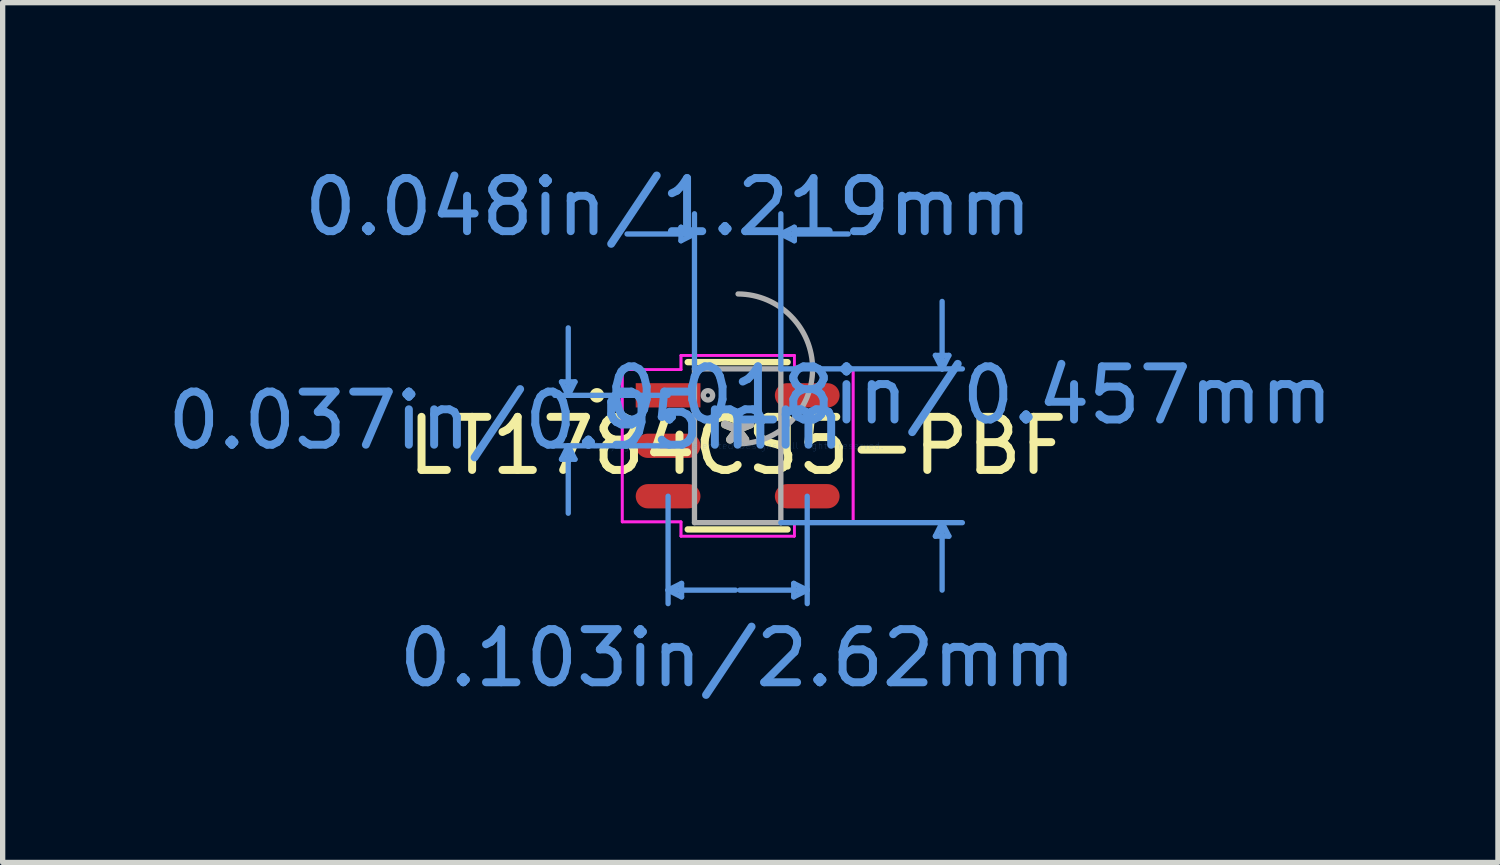
<source format=kicad_pcb>
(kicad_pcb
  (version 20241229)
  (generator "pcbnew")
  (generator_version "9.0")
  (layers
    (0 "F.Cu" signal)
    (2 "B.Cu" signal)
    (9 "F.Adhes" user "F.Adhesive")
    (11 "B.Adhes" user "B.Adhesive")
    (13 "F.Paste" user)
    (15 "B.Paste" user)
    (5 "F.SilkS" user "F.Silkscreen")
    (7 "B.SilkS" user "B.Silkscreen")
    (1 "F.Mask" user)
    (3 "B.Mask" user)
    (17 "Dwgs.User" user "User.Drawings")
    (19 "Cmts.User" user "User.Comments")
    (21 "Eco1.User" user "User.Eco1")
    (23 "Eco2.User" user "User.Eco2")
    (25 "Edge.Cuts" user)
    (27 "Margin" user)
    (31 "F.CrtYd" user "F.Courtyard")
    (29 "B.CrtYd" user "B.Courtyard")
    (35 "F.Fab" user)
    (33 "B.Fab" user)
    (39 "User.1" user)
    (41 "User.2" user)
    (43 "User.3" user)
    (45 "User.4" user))
  (footprint "LT1784CS5-PBF"
    (layer "F.Cu")
    (at 10.84 5.344)
    (property "Reference" "LT1784CS5-PBF" (at 0 0 0) (layer "F.SilkS") (effects (font (size 1 1) (thickness 0.15))))
    (attr through_hole)
    (fp_line (start -0.94 1.575) (end 0.94 1.575) (stroke (width 0.12) (type solid)) (layer "F.SilkS"))
    (fp_line (start 0.94 -1.575) (end -0.94 -1.575) (stroke (width 0.12) (type solid)) (layer "F.SilkS"))
    (fp_line (start 0.94 0.389) (end 0.94 -0.389) (stroke (width 0.12) (type solid)) (layer "F.SilkS"))
    (fp_circle (center -2.649 -0.95) (end -2.572 -0.95) (stroke (width 0.12) (type solid)) (fill no) (layer "F.SilkS"))
    (fp_line (start -3.317 -1.204) (end -3.19 -0.95) (stroke (width 0.1) (type solid)) (layer "Cmts.User"))
    (fp_line (start -3.317 0.254) (end -3.19 0) (stroke (width 0.1) (type solid)) (layer "Cmts.User"))
    (fp_line (start -3.19 -0.95) (end -3.19 -2.22) (stroke (width 0.1) (type solid)) (layer "Cmts.User"))
    (fp_line (start -3.19 -0.95) (end -3.063 -1.204) (stroke (width 0.1) (type solid)) (layer "Cmts.User"))
    (fp_line (start -3.19 0) (end -3.19 1.27) (stroke (width 0.1) (type solid)) (layer "Cmts.User"))
    (fp_line (start -3.19 0) (end -3.063 0.254) (stroke (width 0.1) (type solid)) (layer "Cmts.User"))
    (fp_line (start -3.063 -1.204) (end -3.317 -1.204) (stroke (width 0.1) (type solid)) (layer "Cmts.User"))
    (fp_line (start -3.063 0.254) (end -3.317 0.254) (stroke (width 0.1) (type solid)) (layer "Cmts.User"))
    (fp_line (start -1.31 -0.95) (end -3.444 -0.95) (stroke (width 0.1) (type solid)) (layer "Cmts.User"))
    (fp_line (start -1.31 0) (end -3.444 0) (stroke (width 0.1) (type solid)) (layer "Cmts.User"))
    (fp_line (start -1.31 0.95) (end -1.31 2.972) (stroke (width 0.1) (type solid)) (layer "Cmts.User"))
    (fp_line (start -1.31 2.718) (end -1.056 2.845) (stroke (width 0.1) (type solid)) (layer "Cmts.User"))
    (fp_line (start -1.31 2.718) (end -0.04 2.718) (stroke (width 0.1) (type solid)) (layer "Cmts.User"))
    (fp_line (start -1.067 -4.115) (end -1.067 -3.861) (stroke (width 0.1) (type solid)) (layer "Cmts.User"))
    (fp_line (start -1.056 2.591) (end -1.31 2.718) (stroke (width 0.1) (type solid)) (layer "Cmts.User"))
    (fp_line (start -1.056 2.845) (end -1.056 2.591) (stroke (width 0.1) (type solid)) (layer "Cmts.User"))
    (fp_line (start -0.813 -3.988) (end -2.083 -3.988) (stroke (width 0.1) (type solid)) (layer "Cmts.User"))
    (fp_line (start -0.813 -3.988) (end -1.067 -4.115) (stroke (width 0.1) (type solid)) (layer "Cmts.User"))
    (fp_line (start -0.813 -3.988) (end -1.067 -3.861) (stroke (width 0.1) (type solid)) (layer "Cmts.User"))
    (fp_line (start -0.813 -1.448) (end -0.813 -4.369) (stroke (width 0.1) (type solid)) (layer "Cmts.User"))
    (fp_line (start 0.813 -3.988) (end 1.067 -4.115) (stroke (width 0.1) (type solid)) (layer "Cmts.User"))
    (fp_line (start 0.813 -3.988) (end 1.067 -3.861) (stroke (width 0.1) (type solid)) (layer "Cmts.User"))
    (fp_line (start 0.813 -3.988) (end 2.083 -3.988) (stroke (width 0.1) (type solid)) (layer "Cmts.User"))
    (fp_line (start 0.813 -1.448) (end 0.813 -4.369) (stroke (width 0.1) (type solid)) (layer "Cmts.User"))
    (fp_line (start 0.813 -1.448) (end 4.231 -1.448) (stroke (width 0.1) (type solid)) (layer "Cmts.User"))
    (fp_line (start 0.813 1.448) (end 4.231 1.448) (stroke (width 0.1) (type solid)) (layer "Cmts.User"))
    (fp_line (start 1.056 2.591) (end 1.31 2.718) (stroke (width 0.1) (type solid)) (layer "Cmts.User"))
    (fp_line (start 1.056 2.845) (end 1.056 2.591) (stroke (width 0.1) (type solid)) (layer "Cmts.User"))
    (fp_line (start 1.067 -4.115) (end 1.067 -3.861) (stroke (width 0.1) (type solid)) (layer "Cmts.User"))
    (fp_line (start 1.31 0.95) (end 1.31 2.972) (stroke (width 0.1) (type solid)) (layer "Cmts.User"))
    (fp_line (start 1.31 2.718) (end 0.04 2.718) (stroke (width 0.1) (type solid)) (layer "Cmts.User"))
    (fp_line (start 1.31 2.718) (end 1.056 2.845) (stroke (width 0.1) (type solid)) (layer "Cmts.User"))
    (fp_line (start 3.723 -1.702) (end 3.977 -1.702) (stroke (width 0.1) (type solid)) (layer "Cmts.User"))
    (fp_line (start 3.723 1.702) (end 3.977 1.702) (stroke (width 0.1) (type solid)) (layer "Cmts.User"))
    (fp_line (start 3.85 -1.448) (end 3.723 -1.702) (stroke (width 0.1) (type solid)) (layer "Cmts.User"))
    (fp_line (start 3.85 -1.448) (end 3.85 -2.718) (stroke (width 0.1) (type solid)) (layer "Cmts.User"))
    (fp_line (start 3.85 -1.448) (end 3.977 -1.702) (stroke (width 0.1) (type solid)) (layer "Cmts.User"))
    (fp_line (start 3.85 1.448) (end 3.723 1.702) (stroke (width 0.1) (type solid)) (layer "Cmts.User"))
    (fp_line (start 3.85 1.448) (end 3.85 2.718) (stroke (width 0.1) (type solid)) (layer "Cmts.User"))
    (fp_line (start 3.85 1.448) (end 3.977 1.702) (stroke (width 0.1) (type solid)) (layer "Cmts.User"))
    (fp_line (start -2.174 -1.433) (end -1.067 -1.433) (stroke (width 0.05) (type solid)) (layer "F.CrtYd"))
    (fp_line (start -2.174 -1.433) (end -1.067 -1.433) (stroke (width 0.05) (type solid)) (layer "F.CrtYd"))
    (fp_line (start -2.174 1.433) (end -2.174 -1.433) (stroke (width 0.05) (type solid)) (layer "F.CrtYd"))
    (fp_line (start -2.174 1.433) (end -2.174 -1.433) (stroke (width 0.05) (type solid)) (layer "F.CrtYd"))
    (fp_line (start -2.174 1.433) (end -1.067 1.433) (stroke (width 0.05) (type solid)) (layer "F.CrtYd"))
    (fp_line (start -1.067 -1.702) (end 1.067 -1.702) (stroke (width 0.05) (type solid)) (layer "F.CrtYd"))
    (fp_line (start -1.067 -1.702) (end 1.067 -1.702) (stroke (width 0.05) (type solid)) (layer "F.CrtYd"))
    (fp_line (start -1.067 -1.433) (end -1.067 -1.702) (stroke (width 0.05) (type solid)) (layer "F.CrtYd"))
    (fp_line (start -1.067 -1.433) (end -1.067 -1.702) (stroke (width 0.05) (type solid)) (layer "F.CrtYd"))
    (fp_line (start -1.067 1.433) (end -2.174 1.433) (stroke (width 0.05) (type solid)) (layer "F.CrtYd"))
    (fp_line (start -1.067 1.702) (end -1.067 1.433) (stroke (width 0.05) (type solid)) (layer "F.CrtYd"))
    (fp_line (start -1.067 1.702) (end -1.067 1.433) (stroke (width 0.05) (type solid)) (layer "F.CrtYd"))
    (fp_line (start 1.067 -1.702) (end 1.067 -1.433) (stroke (width 0.05) (type solid)) (layer "F.CrtYd"))
    (fp_line (start 1.067 -1.702) (end 1.067 -1.433) (stroke (width 0.05) (type solid)) (layer "F.CrtYd"))
    (fp_line (start 1.067 -1.433) (end 2.174 -1.433) (stroke (width 0.05) (type solid)) (layer "F.CrtYd"))
    (fp_line (start 1.067 1.433) (end 1.067 1.702) (stroke (width 0.05) (type solid)) (layer "F.CrtYd"))
    (fp_line (start 1.067 1.433) (end 1.067 1.702) (stroke (width 0.05) (type solid)) (layer "F.CrtYd"))
    (fp_line (start 1.067 1.702) (end -1.067 1.702) (stroke (width 0.05) (type solid)) (layer "F.CrtYd"))
    (fp_line (start 1.067 1.702) (end -1.067 1.702) (stroke (width 0.05) (type solid)) (layer "F.CrtYd"))
    (fp_line (start 2.174 -1.433) (end 1.067 -1.433) (stroke (width 0.05) (type solid)) (layer "F.CrtYd"))
    (fp_line (start 2.174 -1.433) (end 2.174 1.433) (stroke (width 0.05) (type solid)) (layer "F.CrtYd"))
    (fp_line (start 2.174 -1.433) (end 2.174 1.433) (stroke (width 0.05) (type solid)) (layer "F.CrtYd"))
    (fp_line (start 2.174 1.433) (end 1.067 1.433) (stroke (width 0.05) (type solid)) (layer "F.CrtYd"))
    (fp_line (start 2.174 1.433) (end 1.067 1.433) (stroke (width 0.05) (type solid)) (layer "F.CrtYd"))
    (fp_line (start -0.813 -1.448) (end -0.813 1.448) (stroke (width 0.1) (type solid)) (layer "F.Fab"))
    (fp_line (start -0.813 1.448) (end 0.813 1.448) (stroke (width 0.1) (type solid)) (layer "F.Fab"))
    (fp_line (start 0.813 -1.448) (end -0.813 -1.448) (stroke (width 0.1) (type solid)) (layer "F.Fab"))
    (fp_line (start 0.813 1.448) (end 0.813 -1.448) (stroke (width 0.1) (type solid)) (layer "F.Fab"))
    (fp_arc (start 0.007742 -2.858826) (mid 1.411026 -1.440058) (end -0.007742 -0.036774) (stroke (width 0.1) (type solid)) (layer "F.Fab"))
    (fp_circle (center -0.559 -0.95) (end -0.521 -0.95) (stroke (width 0.1) (type solid)) (fill no) (layer "F.Fab"))
    (fp_text user "*" (at 0 0 0) (layer "F.SilkS") (effects (font (size 1 1) (thickness 0.15))))
    (fp_text user "0.103in/2.62mm" (at 0 3.998 0) (layer "Cmts.User") (effects (font (size 1 1) (thickness 0.15))))
    (fp_text user "Copyright 2021 Accelerated Designs. All rights reserved." (at 0 0 0) (layer "Cmts.User") (effects (font (size 0.127 0.127) (thickness 0.002))))
    (fp_text user "0.037in/0.95mm" (at -4.358 -0.475 0) (layer "Cmts.User") (effects (font (size 1 1) (thickness 0.15))))
    (fp_text user "0.018in/0.457mm" (at 4.358 -0.95 0) (layer "Cmts.User") (effects (font (size 1 1) (thickness 0.15))))
    (fp_text user "0.048in/1.219mm" (at -1.31 -4.496 0) (layer "Cmts.User") (effects (font (size 1 1) (thickness 0.15))))
    (fp_text user "*" (at 0 0 0) (layer "F.Fab") (effects (font (size 1 1) (thickness 0.15))))
    (pad "1" smd rect (at -1.31 -0.95) (size 1.219 0.457) (layers "F.Cu" "F.Mask" "F.Paste"))
    (pad "2" smd oval (at -1.31 0) (size 1.219 0.457) (layers "F.Cu" "F.Mask" "F.Paste"))
    (pad "3" smd oval (at -1.31 0.95) (size 1.219 0.457) (layers "F.Cu" "F.Mask" "F.Paste"))
    (pad "4" smd oval (at 1.31 0.95) (size 1.219 0.457) (layers "F.Cu" "F.Mask" "F.Paste"))
    (pad "5" smd oval (at 1.31 -0.95) (size 1.219 0.457) (layers "F.Cu" "F.Mask" "F.Paste")))
  (gr_rect
    (start -3 -3)
    (end 25.156 13.19)
    (stroke (width 0.1) (type default))
    (fill no)
    (layer "Edge.Cuts")))
</source>
